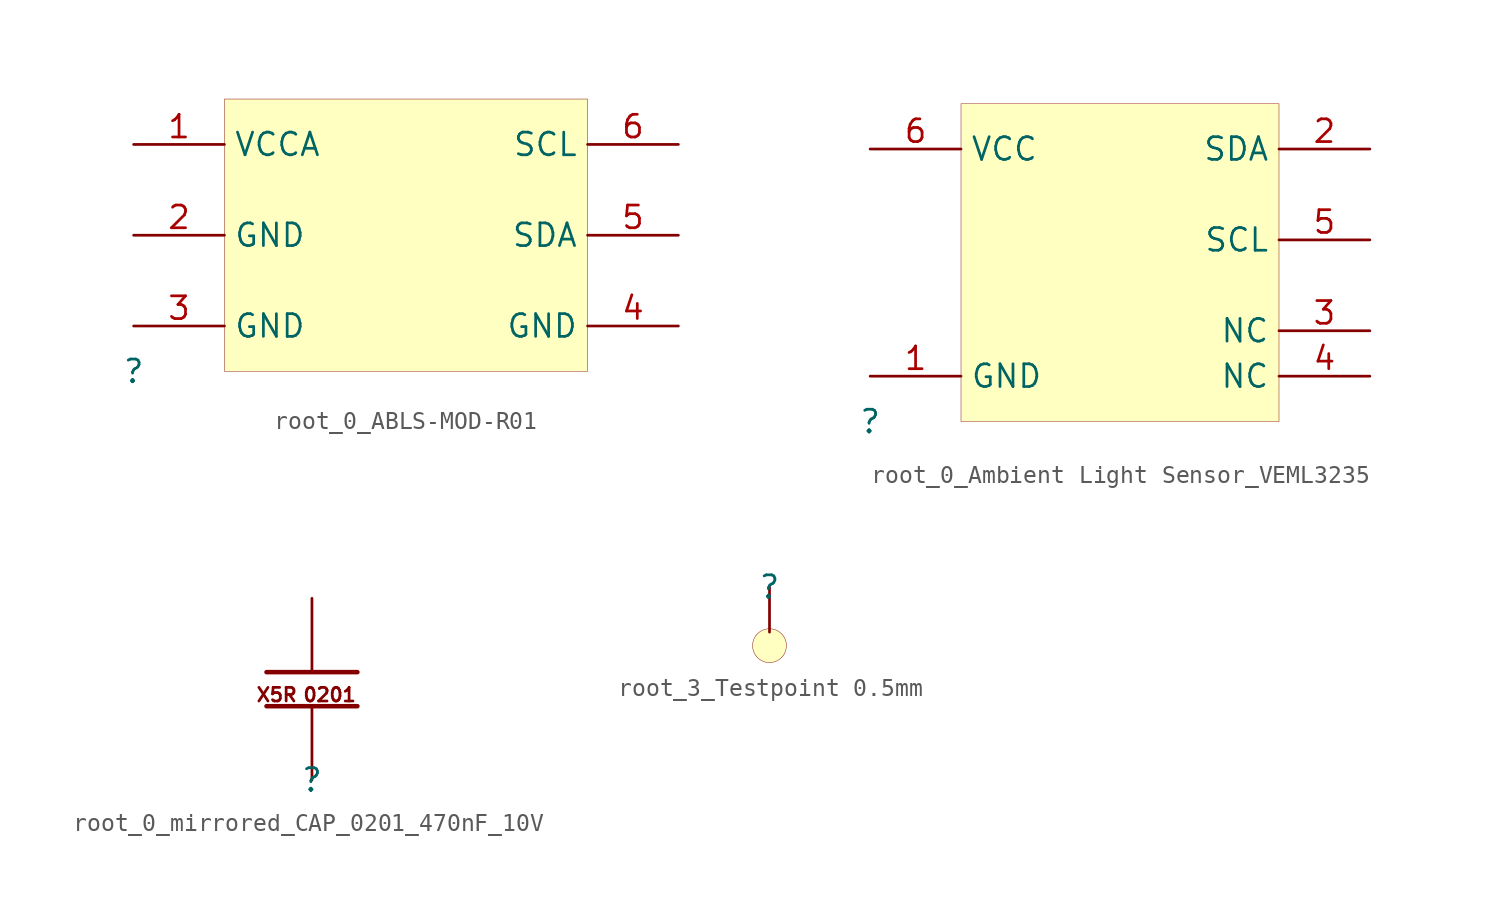
<source format=kicad_sym>
(kicad_symbol_lib
  (version 20231120)
  (generator "kicad_symbol_editor")
  (generator_version "8.0")
  (symbol "root_0_ABLS-MOD-R01"
    (property "Reference" ""
      (at 0 0 0)
      (effects (font (size 1.27 1.27))))
    (property "Value" ""
      (at 0 0 0)
      (effects (font (size 1.27 1.27))))
    (symbol "root_0_ABLS-MOD-R01_1_0"
      (rectangle (start 25.4 15.24) (end 5.08 0) (stroke (width 0.025) (type solid) (color 128 0 0 1)) (fill (type background)))
      (pin passive line (at 0 12.7 0) (length 5.08) (name "VCCA" (effects (font (size 1.27 1.27)))) (number "1" (effects (font (size 1.27 1.27)))))
      (pin passive line (at 0 7.62 0) (length 5.08) (name "GND" (effects (font (size 1.27 1.27)))) (number "2" (effects (font (size 1.27 1.27)))))
      (pin passive line (at 0 2.54 0) (length 5.08) (name "GND" (effects (font (size 1.27 1.27)))) (number "3" (effects (font (size 1.27 1.27)))))
      (pin passive line (at 30.48 2.54 180) (length 5.08) (name "GND" (effects (font (size 1.27 1.27)))) (number "4" (effects (font (size 1.27 1.27)))))
      (pin passive line (at 30.48 7.62 180) (length 5.08) (name "SDA" (effects (font (size 1.27 1.27)))) (number "5" (effects (font (size 1.27 1.27)))))
      (pin passive line (at 30.48 12.7 180) (length 5.08) (name "SCL" (effects (font (size 1.27 1.27)))) (number "6" (effects (font (size 1.27 1.27)))))))
  (symbol "root_0_Ambient Light Sensor_VEML3235"
    (property "Reference" ""
      (at 0 0 0)
      (effects (font (size 1.27 1.27))))
    (property "Value" ""
      (at 0 0 0)
      (effects (font (size 1.27 1.27))))
    (symbol "root_0_Ambient Light Sensor_VEML3235_1_0"
      (rectangle (start 22.86 17.78) (end 5.08 0) (stroke (width 0.025) (type solid) (color 128 0 0 1)) (fill (type background)))
      (pin passive line (at 0 2.54 0) (length 5.08) (name "GND" (effects (font (size 1.27 1.27)))) (number "1" (effects (font (size 1.27 1.27)))))
      (pin passive line (at 27.94 15.24 180) (length 5.08) (name "SDA" (effects (font (size 1.27 1.27)))) (number "2" (effects (font (size 1.27 1.27)))))
      (pin passive line (at 27.94 5.08 180) (length 5.08) (name "NC" (effects (font (size 1.27 1.27)))) (number "3" (effects (font (size 1.27 1.27)))))
      (pin passive line (at 27.94 2.54 180) (length 5.08) (name "NC" (effects (font (size 1.27 1.27)))) (number "4" (effects (font (size 1.27 1.27)))))
      (pin passive line (at 27.94 10.16 180) (length 5.08) (name "SCL" (effects (font (size 1.27 1.27)))) (number "5" (effects (font (size 1.27 1.27)))))
      (pin passive line (at 0 15.24 0) (length 5.08) (name "VCC" (effects (font (size 1.27 1.27)))) (number "6" (effects (font (size 1.27 1.27)))))))
  (symbol "root_0_mirrored_CAP_0201_470nF_10V"
    (property "Reference" ""
      (at 0 0 0)
      (effects (font (size 1.27 1.27))))
    (property "Value" ""
      (at 0 0 0)
      (effects (font (size 1.27 1.27))))
    (symbol "root_0_mirrored_CAP_0201_470nF_10V_1_0"
      (polyline (pts (xy 2.54 4.128) (xy -2.54 4.128)) (stroke (width 0.254) (type solid)) (fill (type none)))
      (polyline (pts (xy 2.54 6.033) (xy -2.54 6.033)) (stroke (width 0.254) (type solid)) (fill (type none)))
      (text "0201" (at 2.54 4.318 0) (effects (font (size 0.762 0.762)) (justify right bottom)))
      (text "X5R" (at -0.762 4.318 0) (effects (font (size 0.762 0.762)) (justify right bottom)))
      (pin passive line (at 0 10.16 270) (length 4.064) (name "1" (effects (font (size 0 0)))) (number "1" (effects (font (size 0 0)))))
      (pin passive line (at 0 0 90) (length 4.064) (name "2" (effects (font (size 0 0)))) (number "2" (effects (font (size 0 0)))))))
  (symbol "root_3_Testpoint 0.5mm"
    (property "Reference" ""
      (at 0 0 0)
      (effects (font (size 1.27 1.27))))
    (property "Value" ""
      (at 0 0 0)
      (effects (font (size 1.27 1.27))))
    (symbol "root_3_Testpoint 0.5mm_1_0"
      (circle (center 0 -3.302) (radius 0.953) (stroke (width 0.025) (type solid)) (fill (type background)))
      (pin passive line (at 0 0 270) (length 2.54) (name "TP" (effects (font (size 0 0)))) (number "TP" (effects (font (size 0 0))))))))
</source>
